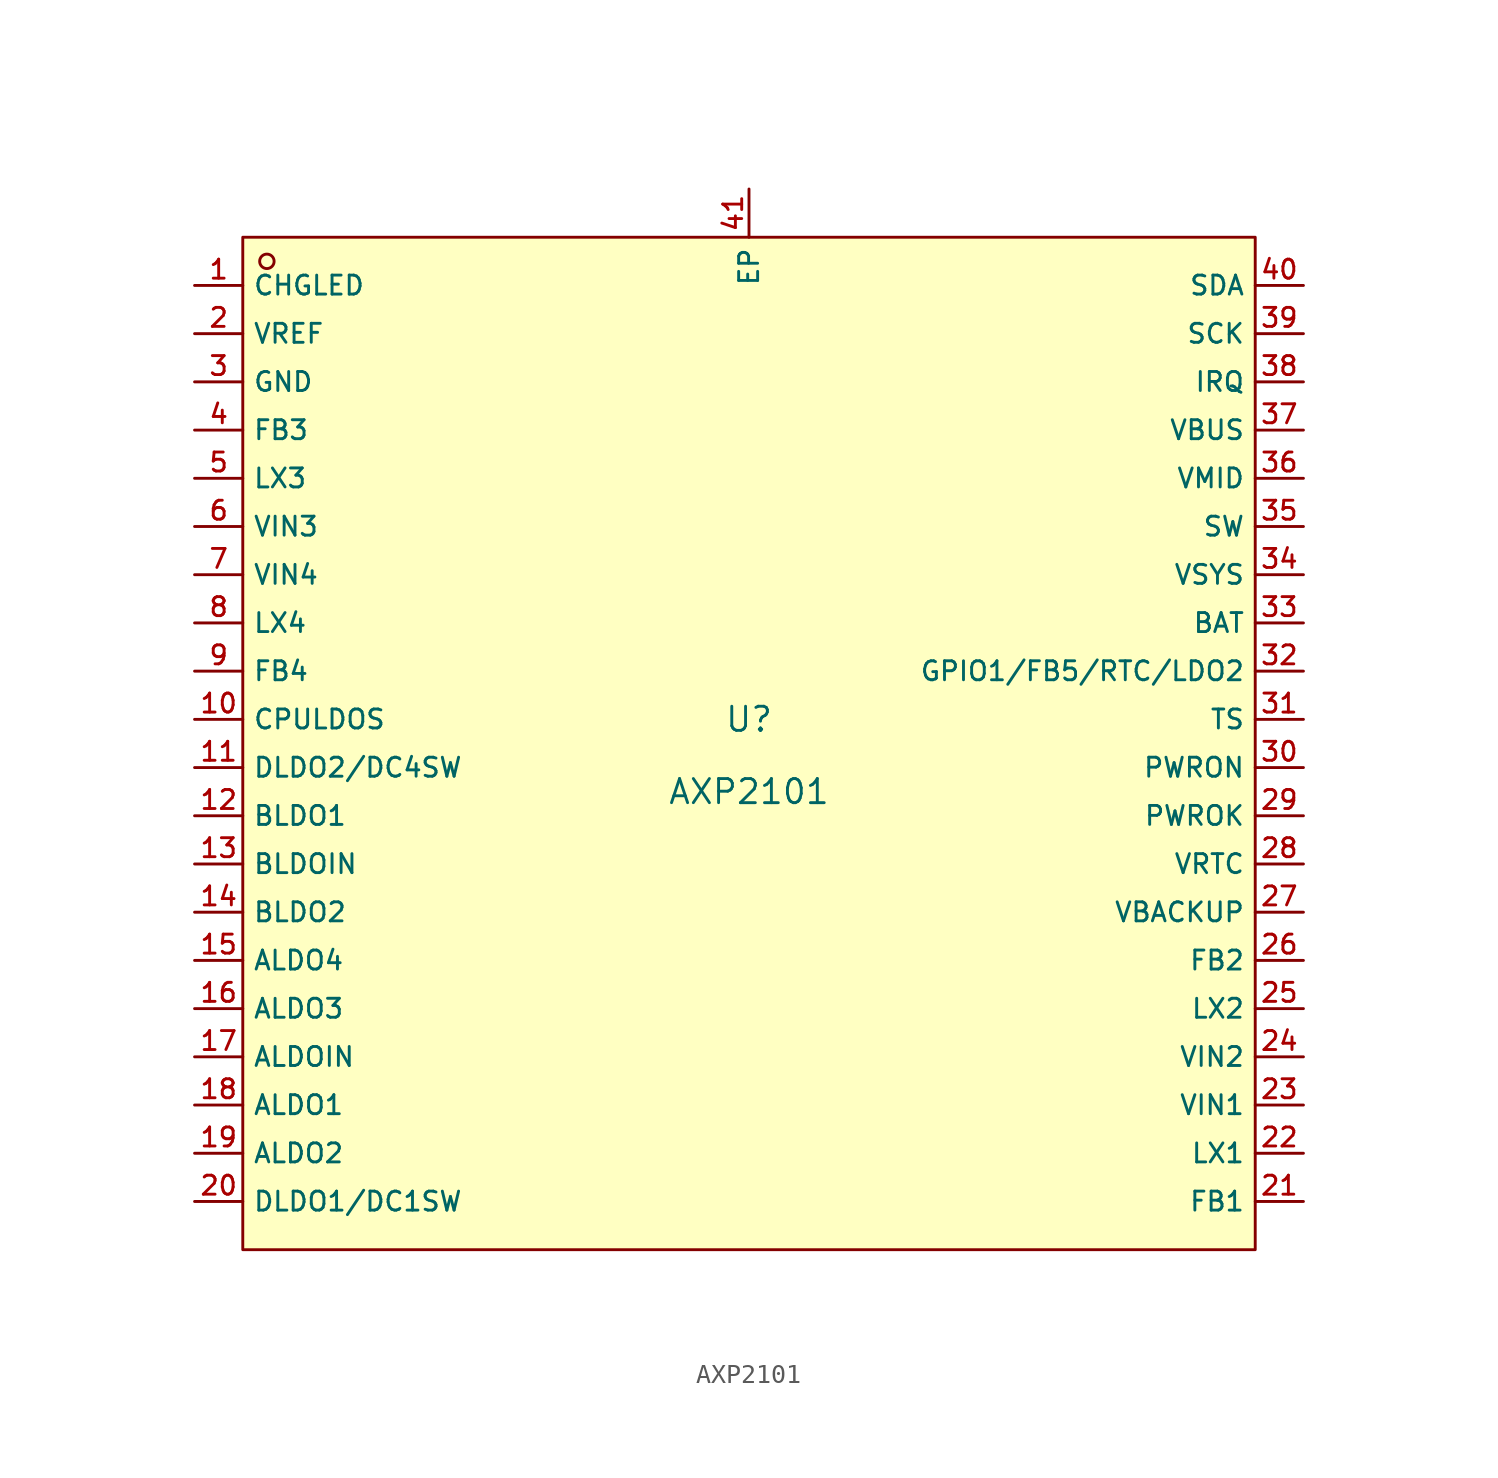
<source format=kicad_sym>
(kicad_symbol_lib
  (version 20210201)
  (generator TousstNicolas/JLC2KiCad_lib)
  (symbol "AXP2101"
    (property "Reference" "U"
      (at 0 1.27 0)
      (effects (font (size 1.27 1.27))))
    (property "Value" "AXP2101"
      (at 0 -2.54 0)
      (effects (font (size 1.27 1.27))))
    (symbol "AXP2101_0_1"
      (rectangle (start -26.67 26.67) (end 26.67 -26.67) (stroke (width 0) (type default) (color 0 0 0 0)) (fill (type background)))
      (circle (center -25.4 25.4) (radius 0.381) (stroke (width 0) (type default) (color 0 0 0 0)) (fill (type background)))
      (pin unspecified line (at -29.21 24.13 0) (length 2.54) (name "CHGLED" (effects (font (size 1 1)))) (number "1" (effects (font (size 1 1)))))
      (pin unspecified line (at -29.21 21.59 0) (length 2.54) (name "VREF" (effects (font (size 1 1)))) (number "2" (effects (font (size 1 1)))))
      (pin unspecified line (at -29.21 19.05 0) (length 2.54) (name "GND" (effects (font (size 1 1)))) (number "3" (effects (font (size 1 1)))))
      (pin unspecified line (at -29.21 16.51 0) (length 2.54) (name "FB3" (effects (font (size 1 1)))) (number "4" (effects (font (size 1 1)))))
      (pin unspecified line (at -29.21 13.97 0) (length 2.54) (name "LX3" (effects (font (size 1 1)))) (number "5" (effects (font (size 1 1)))))
      (pin unspecified line (at -29.21 11.43 0) (length 2.54) (name "VIN3" (effects (font (size 1 1)))) (number "6" (effects (font (size 1 1)))))
      (pin unspecified line (at -29.21 8.89 0) (length 2.54) (name "VIN4" (effects (font (size 1 1)))) (number "7" (effects (font (size 1 1)))))
      (pin unspecified line (at -29.21 6.35 0) (length 2.54) (name "LX4" (effects (font (size 1 1)))) (number "8" (effects (font (size 1 1)))))
      (pin unspecified line (at -29.21 3.81 0) (length 2.54) (name "FB4" (effects (font (size 1 1)))) (number "9" (effects (font (size 1 1)))))
      (pin unspecified line (at -29.21 1.27 0) (length 2.54) (name "CPULDOS" (effects (font (size 1 1)))) (number "10" (effects (font (size 1 1)))))
      (pin unspecified line (at -29.21 -1.27 0) (length 2.54) (name "DLDO2/DC4SW" (effects (font (size 1 1)))) (number "11" (effects (font (size 1 1)))))
      (pin unspecified line (at -29.21 -3.81 0) (length 2.54) (name "BLDO1" (effects (font (size 1 1)))) (number "12" (effects (font (size 1 1)))))
      (pin unspecified line (at -29.21 -6.35 0) (length 2.54) (name "BLDOIN" (effects (font (size 1 1)))) (number "13" (effects (font (size 1 1)))))
      (pin unspecified line (at -29.21 -8.89 0) (length 2.54) (name "BLDO2" (effects (font (size 1 1)))) (number "14" (effects (font (size 1 1)))))
      (pin unspecified line (at -29.21 -11.43 0) (length 2.54) (name "ALDO4" (effects (font (size 1 1)))) (number "15" (effects (font (size 1 1)))))
      (pin unspecified line (at -29.21 -13.97 0) (length 2.54) (name "ALDO3" (effects (font (size 1 1)))) (number "16" (effects (font (size 1 1)))))
      (pin unspecified line (at -29.21 -16.51 0) (length 2.54) (name "ALDOIN" (effects (font (size 1 1)))) (number "17" (effects (font (size 1 1)))))
      (pin unspecified line (at -29.21 -19.05 0) (length 2.54) (name "ALDO1" (effects (font (size 1 1)))) (number "18" (effects (font (size 1 1)))))
      (pin unspecified line (at -29.21 -21.59 0) (length 2.54) (name "ALDO2" (effects (font (size 1 1)))) (number "19" (effects (font (size 1 1)))))
      (pin unspecified line (at -29.21 -24.13 0) (length 2.54) (name "DLDO1/DC1SW" (effects (font (size 1 1)))) (number "20" (effects (font (size 1 1)))))
      (pin unspecified line (at 29.21 -24.13 180) (length 2.54) (name "FB1" (effects (font (size 1 1)))) (number "21" (effects (font (size 1 1)))))
      (pin unspecified line (at 29.21 -21.59 180) (length 2.54) (name "LX1" (effects (font (size 1 1)))) (number "22" (effects (font (size 1 1)))))
      (pin unspecified line (at 29.21 -19.05 180) (length 2.54) (name "VIN1" (effects (font (size 1 1)))) (number "23" (effects (font (size 1 1)))))
      (pin unspecified line (at 29.21 -16.51 180) (length 2.54) (name "VIN2" (effects (font (size 1 1)))) (number "24" (effects (font (size 1 1)))))
      (pin unspecified line (at 29.21 -13.97 180) (length 2.54) (name "LX2" (effects (font (size 1 1)))) (number "25" (effects (font (size 1 1)))))
      (pin unspecified line (at 29.21 -11.43 180) (length 2.54) (name "FB2" (effects (font (size 1 1)))) (number "26" (effects (font (size 1 1)))))
      (pin unspecified line (at 29.21 -8.89 180) (length 2.54) (name "VBACKUP" (effects (font (size 1 1)))) (number "27" (effects (font (size 1 1)))))
      (pin unspecified line (at 29.21 -6.35 180) (length 2.54) (name "VRTC" (effects (font (size 1 1)))) (number "28" (effects (font (size 1 1)))))
      (pin unspecified line (at 29.21 -3.81 180) (length 2.54) (name "PWROK" (effects (font (size 1 1)))) (number "29" (effects (font (size 1 1)))))
      (pin unspecified line (at 29.21 -1.27 180) (length 2.54) (name "PWRON" (effects (font (size 1 1)))) (number "30" (effects (font (size 1 1)))))
      (pin unspecified line (at 29.21 1.27 180) (length 2.54) (name "TS" (effects (font (size 1 1)))) (number "31" (effects (font (size 1 1)))))
      (pin unspecified line (at 29.21 3.81 180) (length 2.54) (name "GPIO1/FB5/RTC/LDO2" (effects (font (size 1 1)))) (number "32" (effects (font (size 1 1)))))
      (pin unspecified line (at 29.21 6.35 180) (length 2.54) (name "BAT" (effects (font (size 1 1)))) (number "33" (effects (font (size 1 1)))))
      (pin unspecified line (at 29.21 8.89 180) (length 2.54) (name "VSYS" (effects (font (size 1 1)))) (number "34" (effects (font (size 1 1)))))
      (pin unspecified line (at 29.21 11.43 180) (length 2.54) (name "SW" (effects (font (size 1 1)))) (number "35" (effects (font (size 1 1)))))
      (pin unspecified line (at 29.21 13.97 180) (length 2.54) (name "VMID" (effects (font (size 1 1)))) (number "36" (effects (font (size 1 1)))))
      (pin unspecified line (at 29.21 16.51 180) (length 2.54) (name "VBUS" (effects (font (size 1 1)))) (number "37" (effects (font (size 1 1)))))
      (pin unspecified line (at 29.21 19.05 180) (length 2.54) (name "IRQ" (effects (font (size 1 1)))) (number "38" (effects (font (size 1 1)))))
      (pin unspecified line (at 29.21 21.59 180) (length 2.54) (name "SCK" (effects (font (size 1 1)))) (number "39" (effects (font (size 1 1)))))
      (pin unspecified line (at 29.21 24.13 180) (length 2.54) (name "SDA" (effects (font (size 1 1)))) (number "40" (effects (font (size 1 1)))))
      (pin unspecified line (at 0.0 29.21 270) (length 2.54) (name "EP" (effects (font (size 1 1)))) (number "41" (effects (font (size 1 1))))))))
</source>
